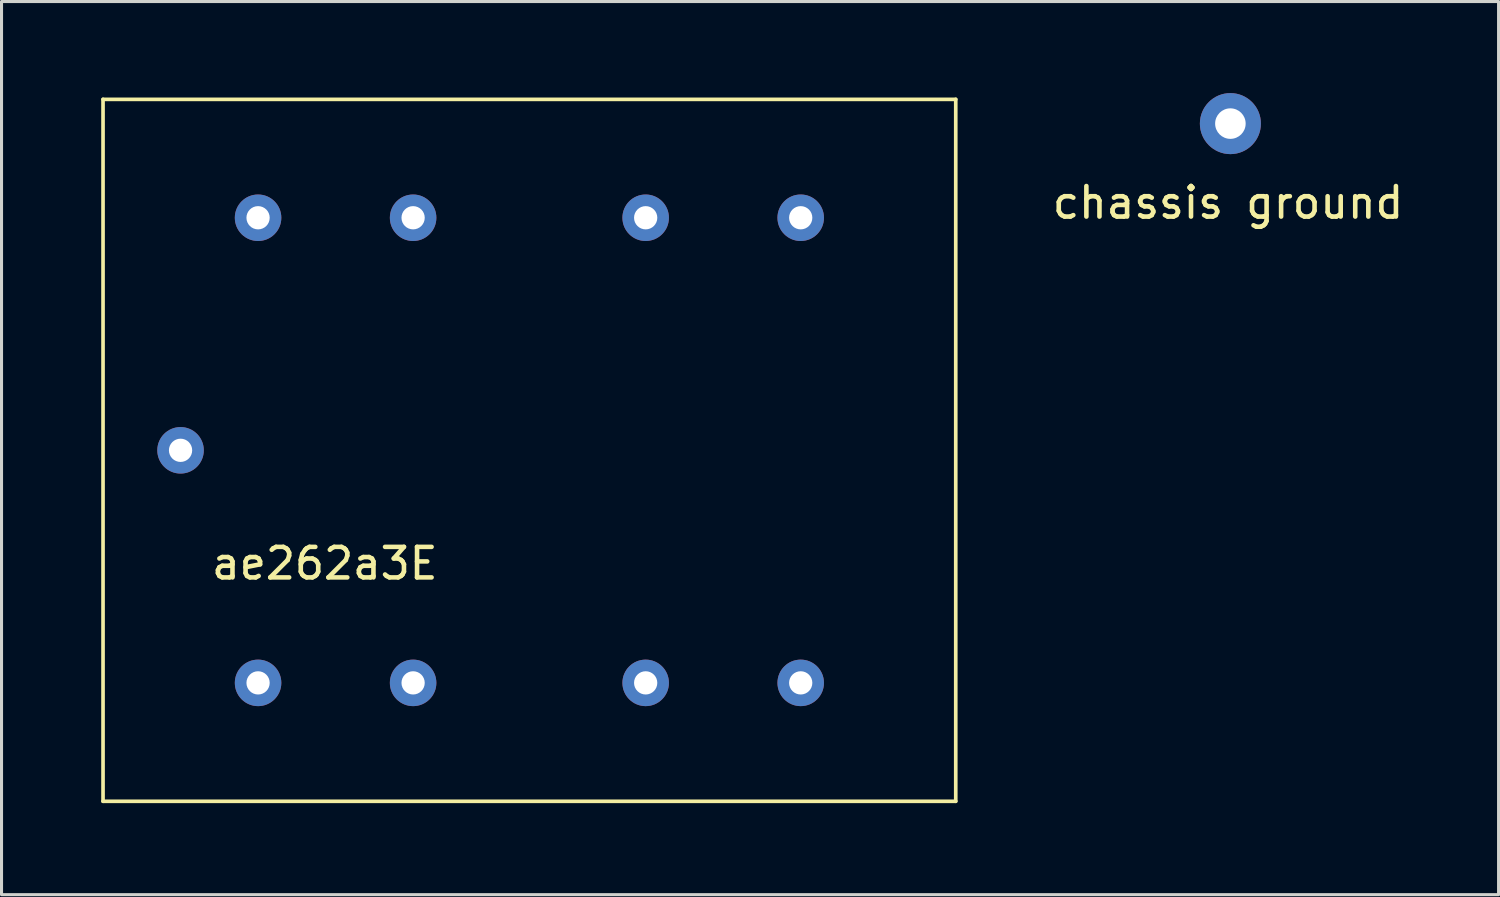
<source format=kicad_pcb>
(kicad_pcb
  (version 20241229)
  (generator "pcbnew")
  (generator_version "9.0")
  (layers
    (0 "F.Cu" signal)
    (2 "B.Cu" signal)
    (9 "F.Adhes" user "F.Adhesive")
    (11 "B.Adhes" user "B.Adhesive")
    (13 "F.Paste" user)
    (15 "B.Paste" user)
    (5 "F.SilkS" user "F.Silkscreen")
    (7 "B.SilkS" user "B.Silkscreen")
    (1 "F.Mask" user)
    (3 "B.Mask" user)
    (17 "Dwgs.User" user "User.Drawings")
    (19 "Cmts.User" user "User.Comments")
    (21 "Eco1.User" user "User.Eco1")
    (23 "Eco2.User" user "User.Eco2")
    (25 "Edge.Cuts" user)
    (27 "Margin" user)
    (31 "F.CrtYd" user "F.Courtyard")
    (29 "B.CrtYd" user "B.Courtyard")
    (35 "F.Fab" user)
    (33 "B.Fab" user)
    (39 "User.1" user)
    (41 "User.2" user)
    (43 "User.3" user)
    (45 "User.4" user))
  (footprint "ae262a3E"
    (layer "F.Cu")
    (at 0.25 0.25)
    (property "Reference" "ae262a3E" (at 7.341 15.164 180) (layer "F.SilkS") (effects (font (size 1 1) (thickness 0.15))))
    (attr through_hole)
    (fp_line (start 0.076 -0.045) (end 28.016 -0.045) (stroke (width 0.12) (type solid)) (layer "F.SilkS"))
    (fp_line (start 0.076 22.955) (end 0.076 -0.045) (stroke (width 0.12) (type solid)) (layer "F.SilkS"))
    (fp_line (start 0.076 22.955) (end 28.016 22.955) (stroke (width 0.12) (type solid)) (layer "F.SilkS"))
    (fp_line (start 28.016 -0.045) (end 28.016 22.955) (stroke (width 0.12) (type solid)) (layer "F.SilkS"))
    (pad "P1+" thru_hole circle (at 5.156 3.835 180) (size 1.524 1.524) (drill 0.762) (layers "*.Cu" "*.Mask"))
    (pad "P1-" thru_hole circle (at 17.856 3.835 180) (size 1.524 1.524) (drill 0.762) (layers "*.Cu" "*.Mask"))
    (pad "P2+" thru_hole circle (at 10.236 3.835 180) (size 1.524 1.524) (drill 0.762) (layers "*.Cu" "*.Mask"))
    (pad "P2-" thru_hole circle (at 22.936 3.835 180) (size 1.524 1.524) (drill 0.762) (layers "*.Cu" "*.Mask"))
    (pad "S1+" thru_hole circle (at 5.156 19.075 180) (size 1.524 1.524) (drill 0.762) (layers "*.Cu" "*.Mask"))
    (pad "S1-" thru_hole circle (at 17.856 19.075 180) (size 1.524 1.524) (drill 0.762) (layers "*.Cu" "*.Mask"))
    (pad "S2+" thru_hole circle (at 10.236 19.075 180) (size 1.524 1.524) (drill 0.762) (layers "*.Cu" "*.Mask"))
    (pad "S2-" thru_hole circle (at 22.936 19.075 180) (size 1.524 1.524) (drill 0.762) (layers "*.Cu" "*.Mask"))
    (pad "Screen" thru_hole circle (at 2.616 11.455 180) (size 1.524 1.524) (drill 0.762) (layers "*.Cu" "*.Mask")))
  (footprint "chassis ground"
    (layer "F.Cu")
    (at 37.265 1)
    (property "Reference" "chassis ground" (at -0.076 2.591 0) (layer "F.SilkS") (effects (font (size 1 1) (thickness 0.15))))
    (attr through_hole)
    (pad "1" thru_hole circle (at 0 0 180) (size 2 2) (drill 1) (layers "*.Cu" "*.Mask")))
  (gr_rect
    (start -3 -3)
    (end 46.052 26.265)
    (stroke (width 0.1) (type default))
    (fill no)
    (layer "Edge.Cuts")))
</source>
